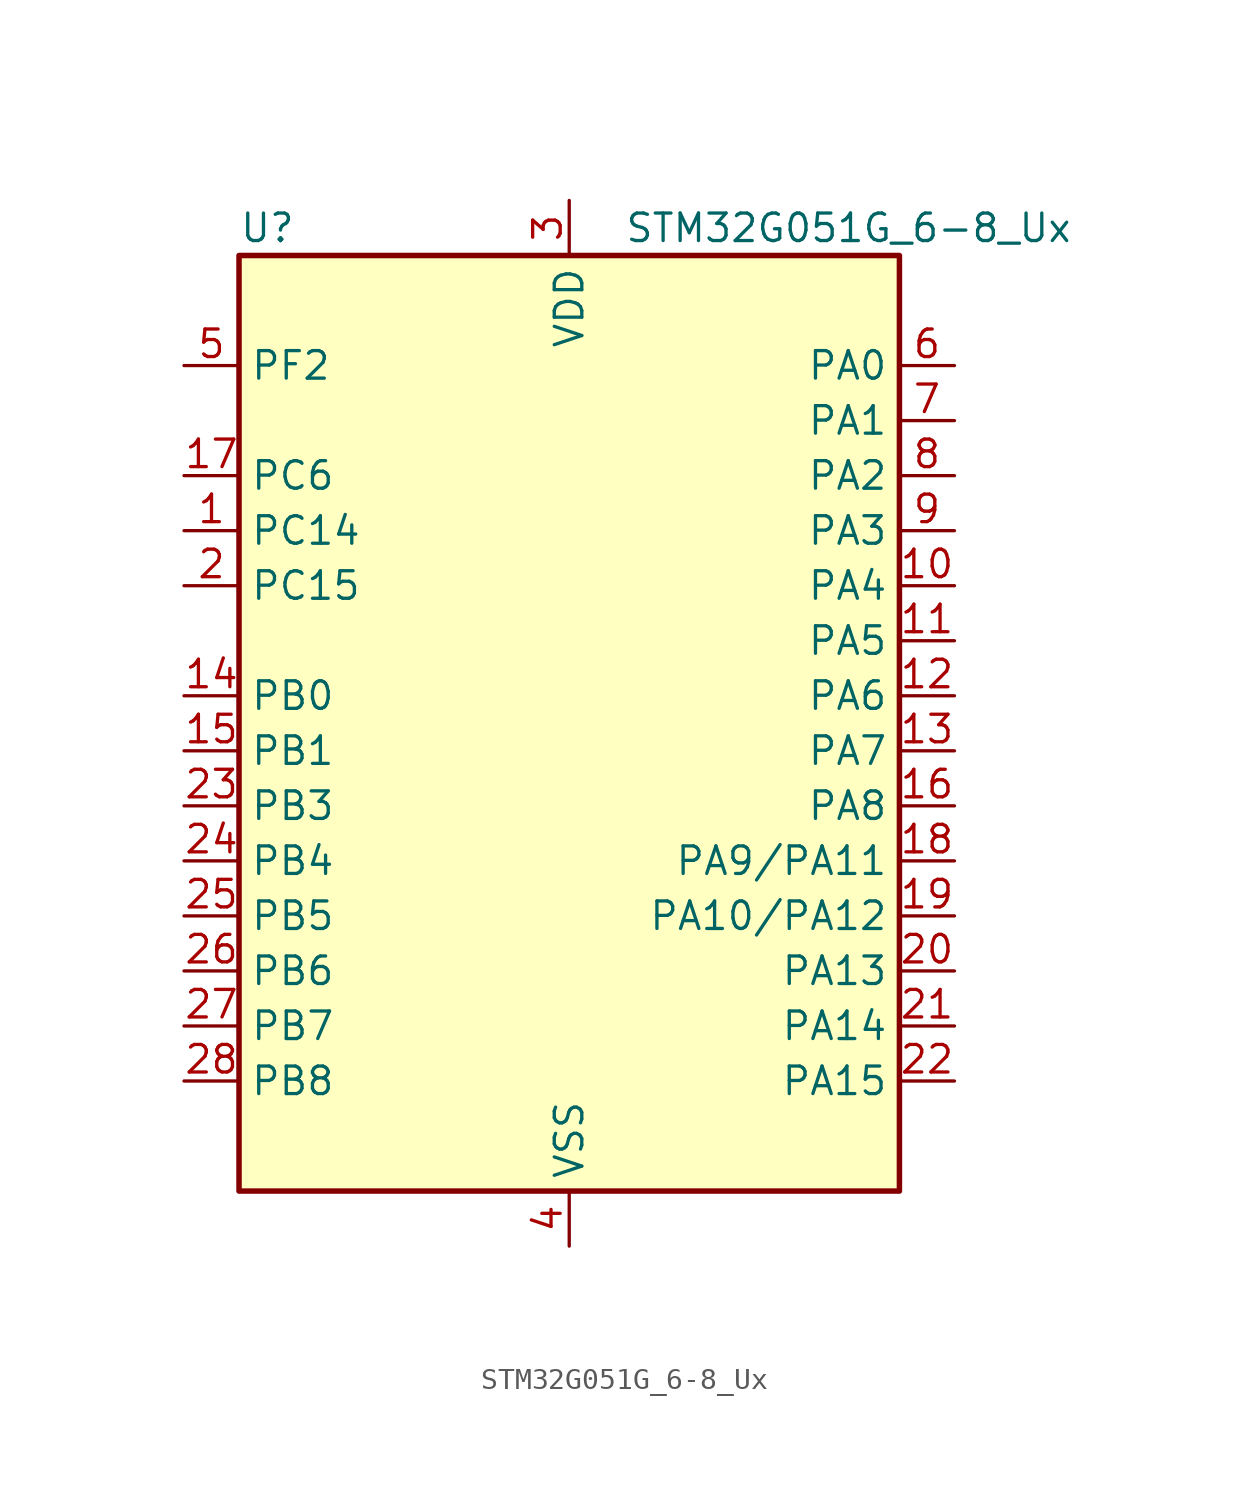
<source format=kicad_sym>
(kicad_symbol_lib
  (version 20241209)
  (generator "kicad_symbol_editor")
  (generator_version "9.0")
  (symbol "STM32G051G_6-8_Ux"
    (property "Reference" "U"
      (at -15.24 24.13 0)
      (effects (font (size 1.27 1.27)) (justify left)))
    (property "Value" "STM32G051G_6-8_Ux"
      (at 2.54 24.13 0)
      (effects (font (size 1.27 1.27)) (justify left)))
    (symbol "STM32G051G_6-8_Ux_0_1"
      (rectangle (start -15.24 -20.32) (end 15.24 22.86) (stroke (width 0.254) (type default)) (fill (type background))))
    (symbol "STM32G051G_6-8_Ux_1_1"
      (pin bidirectional line (at -17.78 17.78 0) (length 2.54) (name "PF2" (effects (font (size 1.27 1.27)))) (number "5" (effects (font (size 1.27 1.27)))) (alternate "RCC_MCO" bidirectional line))
      (pin bidirectional line (at -17.78 12.7 0) (length 2.54) (name "PC6" (effects (font (size 1.27 1.27)))) (number "17" (effects (font (size 1.27 1.27)))) (alternate "TIM2_CH3" bidirectional line) (alternate "TIM3_CH1" bidirectional line))
      (pin bidirectional line (at -17.78 10.16 0) (length 2.54) (name "PC14" (effects (font (size 1.27 1.27)))) (number "1" (effects (font (size 1.27 1.27)))) (alternate "RCC_OSC32_IN" bidirectional line) (alternate "RCC_OSC_IN" bidirectional line) (alternate "TIM1_BK2" bidirectional line))
      (pin bidirectional line (at -17.78 7.62 0) (length 2.54) (name "PC15" (effects (font (size 1.27 1.27)))) (number "2" (effects (font (size 1.27 1.27)))) (alternate "RCC_OSC32_EN" bidirectional line) (alternate "RCC_OSC32_OUT" bidirectional line) (alternate "RCC_OSC_EN" bidirectional line) (alternate "TIM15_BK" bidirectional line))
      (pin bidirectional line (at -17.78 2.54 0) (length 2.54) (name "PB0" (effects (font (size 1.27 1.27)))) (number "14" (effects (font (size 1.27 1.27)))) (alternate "ADC1_IN8" bidirectional line) (alternate "COMP1_OUT" bidirectional line) (alternate "I2S1_WS" bidirectional line) (alternate "LPTIM1_OUT" bidirectional line) (alternate "SPI1_NSS" bidirectional line) (alternate "TIM1_CH2N" bidirectional line) (alternate "TIM3_CH3" bidirectional line))
      (pin bidirectional line (at -17.78 0 0) (length 2.54) (name "PB1" (effects (font (size 1.27 1.27)))) (number "15" (effects (font (size 1.27 1.27)))) (alternate "ADC1_IN9" bidirectional line) (alternate "COMP1_INM" bidirectional line) (alternate "LPTIM2_IN1" bidirectional line) (alternate "LPUART1_DE" bidirectional line) (alternate "LPUART1_RTS" bidirectional line) (alternate "TIM14_CH1" bidirectional line) (alternate "TIM1_CH3N" bidirectional line) (alternate "TIM3_CH4" bidirectional line))
      (pin bidirectional line (at -17.78 -2.54 0) (length 2.54) (name "PB3" (effects (font (size 1.27 1.27)))) (number "23" (effects (font (size 1.27 1.27)))) (alternate "COMP2_INM" bidirectional line) (alternate "I2S1_CK" bidirectional line) (alternate "SPI1_SCK" bidirectional line) (alternate "TIM1_CH2" bidirectional line) (alternate "TIM2_CH2" bidirectional line) (alternate "USART1_CK" bidirectional line) (alternate "USART1_DE" bidirectional line) (alternate "USART1_RTS" bidirectional line))
      (pin bidirectional line (at -17.78 -5.08 0) (length 2.54) (name "PB4" (effects (font (size 1.27 1.27)))) (number "24" (effects (font (size 1.27 1.27)))) (alternate "COMP2_INP" bidirectional line) (alternate "I2S1_MCK" bidirectional line) (alternate "SPI1_MISO" bidirectional line) (alternate "TIM17_BK" bidirectional line) (alternate "TIM3_CH1" bidirectional line) (alternate "USART1_CTS" bidirectional line) (alternate "USART1_NSS" bidirectional line))
      (pin bidirectional line (at -17.78 -7.62 0) (length 2.54) (name "PB5" (effects (font (size 1.27 1.27)))) (number "25" (effects (font (size 1.27 1.27)))) (alternate "COMP2_OUT" bidirectional line) (alternate "I2C1_SMBA" bidirectional line) (alternate "I2S1_SD" bidirectional line) (alternate "LPTIM1_IN1" bidirectional line) (alternate "SPI1_MOSI" bidirectional line) (alternate "SYS_WKUP6" bidirectional line) (alternate "TIM16_BK" bidirectional line) (alternate "TIM3_CH2" bidirectional line))
      (pin bidirectional line (at -17.78 -10.16 0) (length 2.54) (name "PB6" (effects (font (size 1.27 1.27)))) (number "26" (effects (font (size 1.27 1.27)))) (alternate "COMP2_INP" bidirectional line) (alternate "I2C1_SCL" bidirectional line) (alternate "LPTIM1_ETR" bidirectional line) (alternate "SPI2_MISO" bidirectional line) (alternate "TIM16_CH1N" bidirectional line) (alternate "TIM1_CH3" bidirectional line) (alternate "USART1_TX" bidirectional line))
      (pin bidirectional line (at -17.78 -12.7 0) (length 2.54) (name "PB7" (effects (font (size 1.27 1.27)))) (number "27" (effects (font (size 1.27 1.27)))) (alternate "ADC1_IN11" bidirectional line) (alternate "COMP2_INM" bidirectional line) (alternate "I2C1_SDA" bidirectional line) (alternate "LPTIM1_IN2" bidirectional line) (alternate "SPI2_MOSI" bidirectional line) (alternate "SYS_PVD_IN" bidirectional line) (alternate "TIM17_CH1N" bidirectional line) (alternate "USART1_RX" bidirectional line))
      (pin bidirectional line (at -17.78 -15.24 0) (length 2.54) (name "PB8" (effects (font (size 1.27 1.27)))) (number "28" (effects (font (size 1.27 1.27)))) (alternate "I2C1_SCL" bidirectional line) (alternate "SPI2_SCK" bidirectional line) (alternate "TIM15_BK" bidirectional line) (alternate "TIM16_CH1" bidirectional line))
      (pin power_in line (at 0 25.4 270) (length 2.54) (name "VDD" (effects (font (size 1.27 1.27)))) (number "3" (effects (font (size 1.27 1.27)))))
      (pin power_in line (at 0 -22.86 90) (length 2.54) (name "VSS" (effects (font (size 1.27 1.27)))) (number "4" (effects (font (size 1.27 1.27)))))
      (pin bidirectional line (at 17.78 17.78 180) (length 2.54) (name "PA0" (effects (font (size 1.27 1.27)))) (number "6" (effects (font (size 1.27 1.27)))) (alternate "ADC1_IN0" bidirectional line) (alternate "COMP1_INM" bidirectional line) (alternate "COMP1_OUT" bidirectional line) (alternate "LPTIM1_OUT" bidirectional line) (alternate "RTC_TAMP_IN2" bidirectional line) (alternate "SPI2_SCK" bidirectional line) (alternate "SYS_WKUP1" bidirectional line) (alternate "TIM2_CH1" bidirectional line) (alternate "TIM2_ETR" bidirectional line) (alternate "USART2_CTS" bidirectional line) (alternate "USART2_NSS" bidirectional line))
      (pin bidirectional line (at 17.78 15.24 180) (length 2.54) (name "PA1" (effects (font (size 1.27 1.27)))) (number "7" (effects (font (size 1.27 1.27)))) (alternate "ADC1_IN1" bidirectional line) (alternate "COMP1_INP" bidirectional line) (alternate "I2C1_SMBA" bidirectional line) (alternate "I2S1_CK" bidirectional line) (alternate "SPI1_SCK" bidirectional line) (alternate "TIM15_CH1N" bidirectional line) (alternate "TIM2_CH2" bidirectional line) (alternate "USART2_CK" bidirectional line) (alternate "USART2_DE" bidirectional line) (alternate "USART2_RTS" bidirectional line))
      (pin bidirectional line (at 17.78 12.7 180) (length 2.54) (name "PA2" (effects (font (size 1.27 1.27)))) (number "8" (effects (font (size 1.27 1.27)))) (alternate "ADC1_IN2" bidirectional line) (alternate "COMP2_INM" bidirectional line) (alternate "COMP2_OUT" bidirectional line) (alternate "I2S1_SD" bidirectional line) (alternate "LPUART1_TX" bidirectional line) (alternate "RCC_LSCO" bidirectional line) (alternate "SPI1_MOSI" bidirectional line) (alternate "SYS_WKUP4" bidirectional line) (alternate "TIM15_CH1" bidirectional line) (alternate "TIM2_CH3" bidirectional line) (alternate "USART2_TX" bidirectional line))
      (pin bidirectional line (at 17.78 10.16 180) (length 2.54) (name "PA3" (effects (font (size 1.27 1.27)))) (number "9" (effects (font (size 1.27 1.27)))) (alternate "ADC1_IN3" bidirectional line) (alternate "COMP2_INP" bidirectional line) (alternate "LPUART1_RX" bidirectional line) (alternate "SPI2_MISO" bidirectional line) (alternate "TIM15_CH2" bidirectional line) (alternate "TIM2_CH4" bidirectional line) (alternate "USART2_RX" bidirectional line))
      (pin bidirectional line (at 17.78 7.62 180) (length 2.54) (name "PA4" (effects (font (size 1.27 1.27)))) (number "10" (effects (font (size 1.27 1.27)))) (alternate "ADC1_IN4" bidirectional line) (alternate "DAC1_OUT1" bidirectional line) (alternate "I2S1_WS" bidirectional line) (alternate "LPTIM2_OUT" bidirectional line) (alternate "RTC_OUT1" bidirectional line) (alternate "RTC_TAMP_IN1" bidirectional line) (alternate "RTC_TS" bidirectional line) (alternate "SPI1_NSS" bidirectional line) (alternate "SPI2_MOSI" bidirectional line) (alternate "SYS_WKUP2" bidirectional line) (alternate "TIM14_CH1" bidirectional line))
      (pin bidirectional line (at 17.78 5.08 180) (length 2.54) (name "PA5" (effects (font (size 1.27 1.27)))) (number "11" (effects (font (size 1.27 1.27)))) (alternate "ADC1_IN5" bidirectional line) (alternate "DAC1_OUT2" bidirectional line) (alternate "I2S1_CK" bidirectional line) (alternate "LPTIM2_ETR" bidirectional line) (alternate "SPI1_SCK" bidirectional line) (alternate "TIM2_CH1" bidirectional line) (alternate "TIM2_ETR" bidirectional line))
      (pin bidirectional line (at 17.78 2.54 180) (length 2.54) (name "PA6" (effects (font (size 1.27 1.27)))) (number "12" (effects (font (size 1.27 1.27)))) (alternate "ADC1_IN6" bidirectional line) (alternate "COMP1_OUT" bidirectional line) (alternate "I2S1_MCK" bidirectional line) (alternate "LPUART1_CTS" bidirectional line) (alternate "SPI1_MISO" bidirectional line) (alternate "TIM16_CH1" bidirectional line) (alternate "TIM1_BK" bidirectional line) (alternate "TIM3_CH1" bidirectional line))
      (pin bidirectional line (at 17.78 0 180) (length 2.54) (name "PA7" (effects (font (size 1.27 1.27)))) (number "13" (effects (font (size 1.27 1.27)))) (alternate "ADC1_IN7" bidirectional line) (alternate "COMP2_OUT" bidirectional line) (alternate "I2S1_SD" bidirectional line) (alternate "SPI1_MOSI" bidirectional line) (alternate "TIM14_CH1" bidirectional line) (alternate "TIM17_CH1" bidirectional line) (alternate "TIM1_CH1N" bidirectional line) (alternate "TIM3_CH2" bidirectional line))
      (pin bidirectional line (at 17.78 -2.54 180) (length 2.54) (name "PA8" (effects (font (size 1.27 1.27)))) (number "16" (effects (font (size 1.27 1.27)))) (alternate "LPTIM2_OUT" bidirectional line) (alternate "RCC_MCO" bidirectional line) (alternate "SPI2_NSS" bidirectional line) (alternate "TIM1_CH1" bidirectional line))
      (pin bidirectional line (at 17.78 -5.08 180) (length 2.54) (name "PA9/PA11" (effects (font (size 1.27 1.27)))) (number "18" (effects (font (size 1.27 1.27)))) (alternate "ADC1_EXTI11 (PA11)" bidirectional line) (alternate "ADC1_IN15 (PA11)" bidirectional line) (alternate "COMP1_OUT (PA11)" bidirectional line) (alternate "DAC1_EXTI9 (PA9)" bidirectional line) (alternate "I2C1_SCL (PA9)" bidirectional line) (alternate "I2C2_SCL (PA11)" bidirectional line) (alternate "I2S1_MCK (PA11)" bidirectional line) (alternate "PA11" bidirectional line) (alternate "PA9" bidirectional line) (alternate "RCC_MCO (PA9)" bidirectional line) (alternate "SPI1_MISO (PA11)" bidirectional line) (alternate "SPI2_MISO (PA9)" bidirectional line) (alternate "TIM15_BK (PA9)" bidirectional line) (alternate "TIM1_BK2 (PA11)" bidirectional line) (alternate "TIM1_CH2 (PA9)" bidirectional line) (alternate "TIM1_CH4 (PA11)" bidirectional line) (alternate "USART1_CTS (PA11)" bidirectional line) (alternate "USART1_NSS (PA11)" bidirectional line) (alternate "USART1_TX (PA9)" bidirectional line))
      (pin bidirectional line (at 17.78 -7.62 180) (length 2.54) (name "PA10/PA12" (effects (font (size 1.27 1.27)))) (number "19" (effects (font (size 1.27 1.27)))) (alternate "ADC1_IN16 (PA12)" bidirectional line) (alternate "COMP2_OUT (PA12)" bidirectional line) (alternate "I2C1_SDA (PA10)" bidirectional line) (alternate "I2C2_SDA (PA12)" bidirectional line) (alternate "I2S1_SD (PA12)" bidirectional line) (alternate "I2S_CKIN (PA12)" bidirectional line) (alternate "PA10" bidirectional line) (alternate "PA12" bidirectional line) (alternate "SPI1_MOSI (PA12)" bidirectional line) (alternate "SPI2_MOSI (PA10)" bidirectional line) (alternate "TIM17_BK (PA10)" bidirectional line) (alternate "TIM1_CH3 (PA10)" bidirectional line) (alternate "TIM1_ETR (PA12)" bidirectional line) (alternate "USART1_CK (PA12)" bidirectional line) (alternate "USART1_DE (PA12)" bidirectional line) (alternate "USART1_RTS (PA12)" bidirectional line) (alternate "USART1_RX (PA10)" bidirectional line))
      (pin bidirectional line (at 17.78 -10.16 180) (length 2.54) (name "PA13" (effects (font (size 1.27 1.27)))) (number "20" (effects (font (size 1.27 1.27)))) (alternate "ADC1_IN17" bidirectional line) (alternate "IR_OUT" bidirectional line) (alternate "SYS_SWDIO" bidirectional line))
      (pin bidirectional line (at 17.78 -12.7 180) (length 2.54) (name "PA14" (effects (font (size 1.27 1.27)))) (number "21" (effects (font (size 1.27 1.27)))) (alternate "ADC1_IN18" bidirectional line) (alternate "SYS_SWCLK" bidirectional line) (alternate "USART2_TX" bidirectional line))
      (pin bidirectional line (at 17.78 -15.24 180) (length 2.54) (name "PA15" (effects (font (size 1.27 1.27)))) (number "22" (effects (font (size 1.27 1.27)))) (alternate "I2S1_WS" bidirectional line) (alternate "SPI1_NSS" bidirectional line) (alternate "TIM2_CH1" bidirectional line) (alternate "TIM2_ETR" bidirectional line) (alternate "USART2_RX" bidirectional line)))))
</source>
